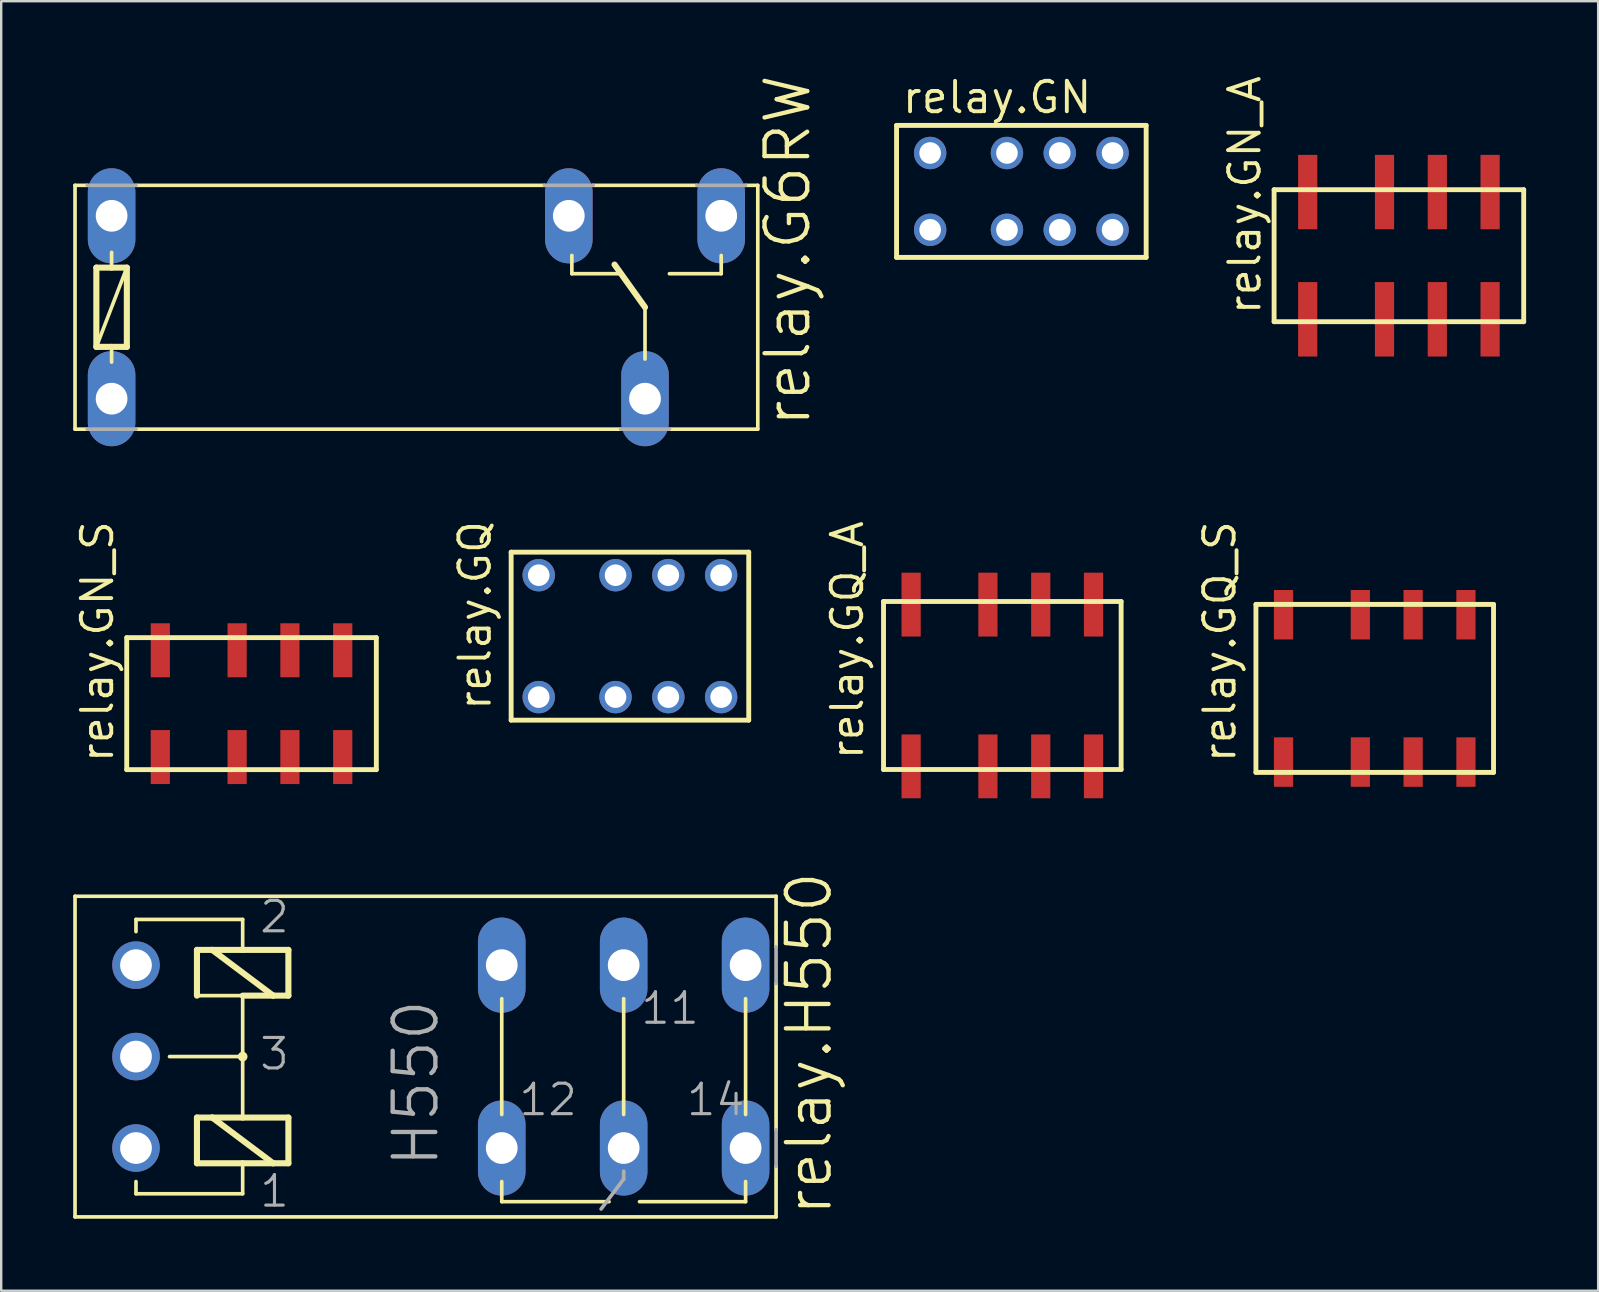
<source format=kicad_pcb>
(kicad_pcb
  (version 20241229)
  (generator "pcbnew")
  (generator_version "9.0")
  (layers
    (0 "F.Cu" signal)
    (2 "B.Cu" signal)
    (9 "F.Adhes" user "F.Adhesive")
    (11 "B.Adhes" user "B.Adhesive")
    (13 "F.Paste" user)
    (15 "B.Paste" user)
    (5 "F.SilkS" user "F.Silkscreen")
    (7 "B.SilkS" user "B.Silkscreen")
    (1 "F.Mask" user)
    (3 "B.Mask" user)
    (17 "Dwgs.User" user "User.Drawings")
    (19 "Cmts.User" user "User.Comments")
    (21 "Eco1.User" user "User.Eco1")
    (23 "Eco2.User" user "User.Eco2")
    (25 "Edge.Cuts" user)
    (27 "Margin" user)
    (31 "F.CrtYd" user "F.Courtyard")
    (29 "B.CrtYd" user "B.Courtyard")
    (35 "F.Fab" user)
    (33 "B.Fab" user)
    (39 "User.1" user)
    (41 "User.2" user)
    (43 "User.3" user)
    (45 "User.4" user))
  (footprint "relay.G6RW"
    (layer "F.Cu")
    (at 14.3 9.752)
    (property "Reference" "relay.G6RW" (at 16.51 5.08 90) (layer "F.SilkS") (effects (font (size 1.778 1.778) (thickness 0.18)) (justify left bottom)))
    (attr through_hole)
    (fp_line (start -14.224 -5.08) (end -13.716 -5.08) (stroke (width 0.152) (type default)) (layer "F.SilkS"))
    (fp_line (start -14.224 5.08) (end -14.224 -5.08) (stroke (width 0.152) (type default)) (layer "F.SilkS"))
    (fp_line (start -13.716 5.08) (end -14.224 5.08) (stroke (width 0.152) (type default)) (layer "F.SilkS"))
    (fp_line (start -13.335 -1.651) (end -13.335 1.651) (stroke (width 0.254) (type default)) (layer "F.SilkS"))
    (fp_line (start -13.335 1.651) (end -12.7 1.651) (stroke (width 0.254) (type default)) (layer "F.SilkS"))
    (fp_line (start -13.335 1.651) (end -12.065 -1.651) (stroke (width 0.152) (type default)) (layer "F.SilkS"))
    (fp_line (start -12.7 -2.286) (end -12.7 -1.651) (stroke (width 0.152) (type default)) (layer "F.SilkS"))
    (fp_line (start -12.7 -1.651) (end -13.335 -1.651) (stroke (width 0.254) (type default)) (layer "F.SilkS"))
    (fp_line (start -12.7 1.651) (end -12.7 2.286) (stroke (width 0.152) (type default)) (layer "F.SilkS"))
    (fp_line (start -12.7 1.651) (end -12.065 1.651) (stroke (width 0.254) (type default)) (layer "F.SilkS"))
    (fp_line (start -12.065 -1.651) (end -12.7 -1.651) (stroke (width 0.254) (type default)) (layer "F.SilkS"))
    (fp_line (start -12.065 1.651) (end -12.065 -1.651) (stroke (width 0.254) (type default)) (layer "F.SilkS"))
    (fp_line (start -11.684 5.08) (end 8.509 5.08) (stroke (width 0.152) (type default)) (layer "F.SilkS"))
    (fp_line (start 5.334 -5.08) (end -11.684 -5.08) (stroke (width 0.152) (type default)) (layer "F.SilkS"))
    (fp_line (start 6.477 -2.159) (end 6.477 -1.397) (stroke (width 0.152) (type default)) (layer "F.SilkS"))
    (fp_line (start 6.477 -1.397) (end 8.509 -1.397) (stroke (width 0.152) (type default)) (layer "F.SilkS"))
    (fp_line (start 7.366 -5.08) (end 11.684 -5.08) (stroke (width 0.152) (type default)) (layer "F.SilkS"))
    (fp_line (start 9.525 0) (end 8.255 -1.778) (stroke (width 0.254) (type default)) (layer "F.SilkS"))
    (fp_line (start 9.525 2.159) (end 9.525 0) (stroke (width 0.152) (type default)) (layer "F.SilkS"))
    (fp_line (start 10.541 5.08) (end 14.224 5.08) (stroke (width 0.152) (type default)) (layer "F.SilkS"))
    (fp_line (start 12.7 -2.159) (end 12.7 -1.397) (stroke (width 0.152) (type default)) (layer "F.SilkS"))
    (fp_line (start 12.7 -1.397) (end 10.541 -1.397) (stroke (width 0.152) (type default)) (layer "F.SilkS"))
    (fp_line (start 13.716 -5.08) (end 14.224 -5.08) (stroke (width 0.152) (type default)) (layer "F.SilkS"))
    (fp_line (start 14.224 -5.08) (end 14.224 5.08) (stroke (width 0.152) (type default)) (layer "F.SilkS"))
    (fp_line (start -11.684 -5.08) (end -13.716 -5.08) (stroke (width 0.152) (type default)) (layer "F.Fab"))
    (fp_line (start -11.684 5.08) (end -13.716 5.08) (stroke (width 0.152) (type default)) (layer "F.Fab"))
    (fp_line (start 7.366 -5.08) (end 5.334 -5.08) (stroke (width 0.152) (type default)) (layer "F.Fab"))
    (fp_line (start 10.541 5.08) (end 8.509 5.08) (stroke (width 0.152) (type default)) (layer "F.Fab"))
    (fp_line (start 13.716 -5.08) (end 11.684 -5.08) (stroke (width 0.152) (type default)) (layer "F.Fab"))
    (pad "1" thru_hole oval (at -12.7 3.81 90) (size 3.962 1.981) (drill 1.321) (layers "*.Cu" "*.Mask"))
    (pad "2" thru_hole oval (at -12.7 -3.81 90) (size 3.962 1.981) (drill 1.321) (layers "*.Cu" "*.Mask"))
    (pad "O" thru_hole oval (at 6.35 -3.81 90) (size 3.962 1.981) (drill 1.321) (layers "*.Cu" "*.Mask"))
    (pad "P" thru_hole oval (at 9.525 3.81 90) (size 3.962 1.981) (drill 1.321) (layers "*.Cu" "*.Mask"))
    (pad "S" thru_hole oval (at 12.7 -3.81 90) (size 3.962 1.981) (drill 1.321) (layers "*.Cu" "*.Mask")))
  (footprint "relay.GQ"
    (layer "F.Cu")
    (at 23.197 23.456)
    (property "Reference" "relay.GQ" (at -5.715 3.175 90) (layer "F.SilkS") (effects (font (size 1.27 1.27) (thickness 0.16)) (justify left bottom)))
    (attr through_hole)
    (fp_line (start -4.95 -3.5) (end 4.95 -3.5) (stroke (width 0.203) (type default)) (layer "F.SilkS"))
    (fp_line (start -4.95 3.5) (end -4.95 -3.5) (stroke (width 0.203) (type default)) (layer "F.SilkS"))
    (fp_line (start 4.95 -3.5) (end 4.95 3.5) (stroke (width 0.203) (type default)) (layer "F.SilkS"))
    (fp_line (start 4.95 3.5) (end -4.95 3.5) (stroke (width 0.203) (type default)) (layer "F.SilkS"))
    (pad "1" thru_hole circle (at -3.8 2.54) (size 1.35 1.35) (drill 0.9) (layers "*.Cu" "*.Mask"))
    (pad "2" thru_hole circle (at -0.6 2.54) (size 1.35 1.35) (drill 0.9) (layers "*.Cu" "*.Mask"))
    (pad "3" thru_hole circle (at 1.6 2.54) (size 1.35 1.35) (drill 0.9) (layers "*.Cu" "*.Mask"))
    (pad "4" thru_hole circle (at 3.8 2.54) (size 1.35 1.35) (drill 0.9) (layers "*.Cu" "*.Mask"))
    (pad "5" thru_hole circle (at 3.8 -2.54) (size 1.35 1.35) (drill 0.9) (layers "*.Cu" "*.Mask"))
    (pad "6" thru_hole circle (at 1.6 -2.54) (size 1.35 1.35) (drill 0.9) (layers "*.Cu" "*.Mask"))
    (pad "7" thru_hole circle (at -0.6 -2.54) (size 1.35 1.35) (drill 0.9) (layers "*.Cu" "*.Mask"))
    (pad "8" thru_hole circle (at -3.8 -2.54) (size 1.35 1.35) (drill 0.9) (layers "*.Cu" "*.Mask")))
  (footprint "relay.GN_A"
    (layer "F.Cu")
    (at 55.272 7.604)
    (property "Reference" "relay.GN_A" (at -5.715 2.54 90) (layer "F.SilkS") (effects (font (size 1.27 1.27) (thickness 0.16)) (justify left bottom)))
    (attr smd)
    (fp_line (start -5.235 -2.75) (end 5.165 -2.75) (stroke (width 0.203) (type default)) (layer "F.SilkS"))
    (fp_line (start -5.235 2.75) (end -5.235 -2.75) (stroke (width 0.203) (type default)) (layer "F.SilkS"))
    (fp_line (start 5.165 -2.75) (end 5.165 2.75) (stroke (width 0.203) (type default)) (layer "F.SilkS"))
    (fp_line (start 5.165 2.75) (end -5.235 2.75) (stroke (width 0.203) (type default)) (layer "F.SilkS"))
    (pad "1" smd roundrect (at -3.835 2.65) (size 0.8 3.1) (layers "F.Cu" "F.Mask" "F.Paste") (roundrect_rratio 0.01))
    (pad "2" smd roundrect (at -0.635 2.65) (size 0.8 3.1) (layers "F.Cu" "F.Mask" "F.Paste") (roundrect_rratio 0.01))
    (pad "3" smd roundrect (at 1.565 2.65) (size 0.8 3.1) (layers "F.Cu" "F.Mask" "F.Paste") (roundrect_rratio 0.01))
    (pad "4" smd roundrect (at 3.765 2.65) (size 0.8 3.1) (layers "F.Cu" "F.Mask" "F.Paste") (roundrect_rratio 0.01))
    (pad "5" smd roundrect (at 3.765 -2.65) (size 0.8 3.1) (layers "F.Cu" "F.Mask" "F.Paste") (roundrect_rratio 0.01))
    (pad "6" smd roundrect (at 1.565 -2.65) (size 0.8 3.1) (layers "F.Cu" "F.Mask" "F.Paste") (roundrect_rratio 0.01))
    (pad "7" smd roundrect (at -0.635 -2.65) (size 0.8 3.1) (layers "F.Cu" "F.Mask" "F.Paste") (roundrect_rratio 0.01))
    (pad "8" smd roundrect (at -3.835 -2.65) (size 0.8 3.1) (layers "F.Cu" "F.Mask" "F.Paste") (roundrect_rratio 0.01)))
  (footprint "relay.GQ_A"
    (layer "F.Cu")
    (at 38.713 25.512)
    (property "Reference" "relay.GQ_A" (at -5.715 3.175 90) (layer "F.SilkS") (effects (font (size 1.27 1.27) (thickness 0.16)) (justify left bottom)))
    (attr smd)
    (fp_line (start -4.95 -3.5) (end 4.95 -3.5) (stroke (width 0.203) (type default)) (layer "F.SilkS"))
    (fp_line (start -4.95 3.5) (end -4.95 -3.5) (stroke (width 0.203) (type default)) (layer "F.SilkS"))
    (fp_line (start 4.95 -3.5) (end 4.95 3.5) (stroke (width 0.203) (type default)) (layer "F.SilkS"))
    (fp_line (start 4.95 3.5) (end -4.95 3.5) (stroke (width 0.203) (type default)) (layer "F.SilkS"))
    (pad "1" smd roundrect (at -3.8 3.37) (size 0.8 2.66) (layers "F.Cu" "F.Mask" "F.Paste") (roundrect_rratio 0.01))
    (pad "2" smd roundrect (at -0.6 3.37) (size 0.8 2.66) (layers "F.Cu" "F.Mask" "F.Paste") (roundrect_rratio 0.01))
    (pad "3" smd roundrect (at 1.6 3.37) (size 0.8 2.66) (layers "F.Cu" "F.Mask" "F.Paste") (roundrect_rratio 0.01))
    (pad "4" smd roundrect (at 3.8 3.37) (size 0.8 2.66) (layers "F.Cu" "F.Mask" "F.Paste") (roundrect_rratio 0.01))
    (pad "5" smd roundrect (at 3.8 -3.37) (size 0.8 2.66) (layers "F.Cu" "F.Mask" "F.Paste") (roundrect_rratio 0.01))
    (pad "6" smd roundrect (at 1.6 -3.37) (size 0.8 2.66) (layers "F.Cu" "F.Mask" "F.Paste") (roundrect_rratio 0.01))
    (pad "7" smd roundrect (at -0.6 -3.37) (size 0.8 2.66) (layers "F.Cu" "F.Mask" "F.Paste") (roundrect_rratio 0.01))
    (pad "8" smd roundrect (at -3.8 -3.37) (size 0.8 2.66) (layers "F.Cu" "F.Mask" "F.Paste") (roundrect_rratio 0.01)))
  (footprint "relay.GN"
    (layer "F.Cu")
    (at 39.541 4.925)
    (property "Reference" "relay.GN" (at -5.08 -3.175 0) (layer "F.SilkS") (effects (font (size 1.27 1.27) (thickness 0.16)) (justify left bottom)))
    (attr through_hole)
    (fp_line (start -5.235 -2.75) (end 5.165 -2.75) (stroke (width 0.203) (type default)) (layer "F.SilkS"))
    (fp_line (start -5.235 2.75) (end -5.235 -2.75) (stroke (width 0.203) (type default)) (layer "F.SilkS"))
    (fp_line (start 5.165 -2.75) (end 5.165 2.75) (stroke (width 0.203) (type default)) (layer "F.SilkS"))
    (fp_line (start 5.165 2.75) (end -5.235 2.75) (stroke (width 0.203) (type default)) (layer "F.SilkS"))
    (pad "1" thru_hole circle (at -3.835 1.6) (size 1.35 1.35) (drill 0.9) (layers "*.Cu" "*.Mask"))
    (pad "2" thru_hole circle (at -0.635 1.6) (size 1.35 1.35) (drill 0.9) (layers "*.Cu" "*.Mask"))
    (pad "3" thru_hole circle (at 1.565 1.6) (size 1.35 1.35) (drill 0.9) (layers "*.Cu" "*.Mask"))
    (pad "4" thru_hole circle (at 3.765 1.6) (size 1.35 1.35) (drill 0.9) (layers "*.Cu" "*.Mask"))
    (pad "5" thru_hole circle (at 3.765 -1.6) (size 1.35 1.35) (drill 0.9) (layers "*.Cu" "*.Mask"))
    (pad "6" thru_hole circle (at 1.565 -1.6) (size 1.35 1.35) (drill 0.9) (layers "*.Cu" "*.Mask"))
    (pad "7" thru_hole circle (at -0.635 -1.6) (size 1.35 1.35) (drill 0.9) (layers "*.Cu" "*.Mask"))
    (pad "8" thru_hole circle (at -3.835 -1.6) (size 1.35 1.35) (drill 0.9) (layers "*.Cu" "*.Mask")))
  (footprint "relay.GN_S"
    (layer "F.Cu")
    (at 7.465 26.268)
    (property "Reference" "relay.GN_S" (at -5.715 2.54 90) (layer "F.SilkS") (effects (font (size 1.27 1.27) (thickness 0.16)) (justify left bottom)))
    (attr smd)
    (fp_line (start -5.235 -2.75) (end 5.165 -2.75) (stroke (width 0.203) (type default)) (layer "F.SilkS"))
    (fp_line (start -5.235 2.75) (end -5.235 -2.75) (stroke (width 0.203) (type default)) (layer "F.SilkS"))
    (fp_line (start 5.165 -2.75) (end 5.165 2.75) (stroke (width 0.203) (type default)) (layer "F.SilkS"))
    (fp_line (start 5.165 2.75) (end -5.235 2.75) (stroke (width 0.203) (type default)) (layer "F.SilkS"))
    (pad "1" smd roundrect (at -3.835 2.225) (size 0.8 2.25) (layers "F.Cu" "F.Mask" "F.Paste") (roundrect_rratio 0.01))
    (pad "2" smd roundrect (at -0.635 2.225) (size 0.8 2.25) (layers "F.Cu" "F.Mask" "F.Paste") (roundrect_rratio 0.01))
    (pad "3" smd roundrect (at 1.565 2.225) (size 0.8 2.25) (layers "F.Cu" "F.Mask" "F.Paste") (roundrect_rratio 0.01))
    (pad "4" smd roundrect (at 3.765 2.225) (size 0.8 2.25) (layers "F.Cu" "F.Mask" "F.Paste") (roundrect_rratio 0.01))
    (pad "5" smd roundrect (at 3.765 -2.225) (size 0.8 2.25) (layers "F.Cu" "F.Mask" "F.Paste") (roundrect_rratio 0.01))
    (pad "6" smd roundrect (at 1.565 -2.225) (size 0.8 2.25) (layers "F.Cu" "F.Mask" "F.Paste") (roundrect_rratio 0.01))
    (pad "7" smd roundrect (at -0.635 -2.225) (size 0.8 2.25) (layers "F.Cu" "F.Mask" "F.Paste") (roundrect_rratio 0.01))
    (pad "8" smd roundrect (at -3.835 -2.225) (size 0.8 2.25) (layers "F.Cu" "F.Mask" "F.Paste") (roundrect_rratio 0.01)))
  (footprint "relay.GQ_S"
    (layer "F.Cu")
    (at 54.23 25.633)
    (property "Reference" "relay.GQ_S" (at -5.715 3.175 90) (layer "F.SilkS") (effects (font (size 1.27 1.27) (thickness 0.16)) (justify left bottom)))
    (attr smd)
    (fp_line (start -4.95 -3.5) (end 4.95 -3.5) (stroke (width 0.203) (type default)) (layer "F.SilkS"))
    (fp_line (start -4.95 3.5) (end -4.95 -3.5) (stroke (width 0.203) (type default)) (layer "F.SilkS"))
    (fp_line (start 4.95 -3.5) (end 4.95 3.5) (stroke (width 0.203) (type default)) (layer "F.SilkS"))
    (fp_line (start 4.95 3.5) (end -4.95 3.5) (stroke (width 0.203) (type default)) (layer "F.SilkS"))
    (pad "1" smd roundrect (at -3.8 3.07) (size 0.8 2.06) (layers "F.Cu" "F.Mask" "F.Paste") (roundrect_rratio 0.01))
    (pad "2" smd roundrect (at -0.6 3.07) (size 0.8 2.06) (layers "F.Cu" "F.Mask" "F.Paste") (roundrect_rratio 0.01))
    (pad "3" smd roundrect (at 1.6 3.07) (size 0.8 2.06) (layers "F.Cu" "F.Mask" "F.Paste") (roundrect_rratio 0.01))
    (pad "4" smd roundrect (at 3.8 3.07) (size 0.8 2.06) (layers "F.Cu" "F.Mask" "F.Paste") (roundrect_rratio 0.01))
    (pad "5" smd roundrect (at 3.8 -3.07) (size 0.8 2.06) (layers "F.Cu" "F.Mask" "F.Paste") (roundrect_rratio 0.01))
    (pad "6" smd roundrect (at 1.6 -3.07) (size 0.8 2.06) (layers "F.Cu" "F.Mask" "F.Paste") (roundrect_rratio 0.01))
    (pad "7" smd roundrect (at -0.6 -3.07) (size 0.8 2.06) (layers "F.Cu" "F.Mask" "F.Paste") (roundrect_rratio 0.01))
    (pad "8" smd roundrect (at -3.8 -3.07) (size 0.8 2.06) (layers "F.Cu" "F.Mask" "F.Paste") (roundrect_rratio 0.01)))
  (footprint "relay.H550"
    (layer "F.Cu")
    (at 10.236 40.974)
    (property "Reference" "relay.H550" (at 21.463 6.731 90) (layer "F.SilkS") (effects (font (size 1.778 1.778) (thickness 0.18)) (justify left bottom)))
    (attr through_hole)
    (fp_line (start -10.16 -6.68) (end 19.05 -6.68) (stroke (width 0.152) (type default)) (layer "F.SilkS"))
    (fp_line (start -10.16 6.68) (end -10.16 -6.68) (stroke (width 0.152) (type default)) (layer "F.SilkS"))
    (fp_line (start -7.62 -5.715) (end -3.175 -5.715) (stroke (width 0.152) (type default)) (layer "F.SilkS"))
    (fp_line (start -7.62 -5.207) (end -7.62 -5.715) (stroke (width 0.152) (type default)) (layer "F.SilkS"))
    (fp_line (start -7.62 5.207) (end -7.62 5.715) (stroke (width 0.152) (type default)) (layer "F.SilkS"))
    (fp_line (start -7.62 5.715) (end -3.175 5.715) (stroke (width 0.152) (type default)) (layer "F.SilkS"))
    (fp_line (start -5.08 -4.445) (end -5.08 -2.54) (stroke (width 0.254) (type default)) (layer "F.SilkS"))
    (fp_line (start -5.08 -2.54) (end -3.175 -2.54) (stroke (width 0.152) (type default)) (layer "F.SilkS"))
    (fp_line (start -5.08 2.54) (end -5.08 4.445) (stroke (width 0.254) (type default)) (layer "F.SilkS"))
    (fp_line (start -5.08 2.54) (end -4.445 2.54) (stroke (width 0.254) (type default)) (layer "F.SilkS"))
    (fp_line (start -4.445 -4.445) (end -5.08 -4.445) (stroke (width 0.254) (type default)) (layer "F.SilkS"))
    (fp_line (start -4.445 -4.445) (end -1.905 -2.54) (stroke (width 0.254) (type default)) (layer "F.SilkS"))
    (fp_line (start -4.445 2.54) (end -3.175 2.54) (stroke (width 0.254) (type default)) (layer "F.SilkS"))
    (fp_line (start -4.445 2.54) (end -1.905 4.445) (stroke (width 0.254) (type default)) (layer "F.SilkS"))
    (fp_line (start -3.175 -5.715) (end -3.175 -4.445) (stroke (width 0.152) (type default)) (layer "F.SilkS"))
    (fp_line (start -3.175 -4.445) (end -4.445 -4.445) (stroke (width 0.254) (type default)) (layer "F.SilkS"))
    (fp_line (start -3.175 -2.54) (end -3.175 0) (stroke (width 0.152) (type default)) (layer "F.SilkS"))
    (fp_line (start -3.175 -2.54) (end -1.905 -2.54) (stroke (width 0.254) (type default)) (layer "F.SilkS"))
    (fp_line (start -3.175 0) (end -6.223 0) (stroke (width 0.152) (type default)) (layer "F.SilkS"))
    (fp_line (start -3.175 0) (end -3.175 2.54) (stroke (width 0.152) (type default)) (layer "F.SilkS"))
    (fp_line (start -3.175 2.54) (end -1.27 2.54) (stroke (width 0.254) (type default)) (layer "F.SilkS"))
    (fp_line (start -3.175 4.445) (end -5.08 4.445) (stroke (width 0.254) (type default)) (layer "F.SilkS"))
    (fp_line (start -3.175 5.715) (end -3.175 4.445) (stroke (width 0.152) (type default)) (layer "F.SilkS"))
    (fp_line (start -1.905 -2.54) (end -1.27 -2.54) (stroke (width 0.254) (type default)) (layer "F.SilkS"))
    (fp_line (start -1.905 4.445) (end -3.175 4.445) (stroke (width 0.254) (type default)) (layer "F.SilkS"))
    (fp_line (start -1.27 -4.445) (end -3.175 -4.445) (stroke (width 0.254) (type default)) (layer "F.SilkS"))
    (fp_line (start -1.27 -2.54) (end -1.27 -4.445) (stroke (width 0.254) (type default)) (layer "F.SilkS"))
    (fp_line (start -1.27 2.54) (end -1.27 4.445) (stroke (width 0.254) (type default)) (layer "F.SilkS"))
    (fp_line (start -1.27 4.445) (end -1.905 4.445) (stroke (width 0.254) (type default)) (layer "F.SilkS"))
    (fp_line (start 7.62 -2.413) (end 7.62 2.413) (stroke (width 0.152) (type default)) (layer "F.SilkS"))
    (fp_line (start 7.62 6.045) (end 7.62 5.207) (stroke (width 0.152) (type default)) (layer "F.SilkS"))
    (fp_line (start 12.09 6.045) (end 7.62 6.045) (stroke (width 0.152) (type default)) (layer "F.SilkS"))
    (fp_line (start 12.7 -2.413) (end 12.7 2.413) (stroke (width 0.152) (type default)) (layer "F.SilkS"))
    (fp_line (start 17.78 -2.413) (end 17.78 2.413) (stroke (width 0.152) (type default)) (layer "F.SilkS"))
    (fp_line (start 17.78 5.207) (end 17.78 6.045) (stroke (width 0.152) (type default)) (layer "F.SilkS"))
    (fp_line (start 17.78 6.045) (end 13.36 6.045) (stroke (width 0.152) (type default)) (layer "F.SilkS"))
    (fp_line (start 19.05 -6.68) (end 19.05 -4.572) (stroke (width 0.152) (type default)) (layer "F.SilkS"))
    (fp_line (start 19.05 -3.048) (end 19.05 3.048) (stroke (width 0.152) (type default)) (layer "F.SilkS"))
    (fp_line (start 19.05 6.68) (end -10.16 6.68) (stroke (width 0.152) (type default)) (layer "F.SilkS"))
    (fp_line (start 19.05 6.68) (end 19.05 4.572) (stroke (width 0.152) (type default)) (layer "F.SilkS"))
    (fp_circle (center -3.175 0) (end -3.048 0) (stroke (width 0.152) (type default)) (fill no) (layer "F.SilkS"))
    (fp_line (start 12.7 4.775) (end 12.7 5.105) (stroke (width 0.152) (type default)) (layer "F.Fab"))
    (fp_line (start 12.7 5.105) (end 11.76 6.35) (stroke (width 0.152) (type default)) (layer "F.Fab"))
    (fp_line (start 19.05 -3.048) (end 19.05 -4.572) (stroke (width 0.152) (type default)) (layer "F.Fab"))
    (fp_line (start 19.05 3.048) (end 19.05 4.572) (stroke (width 0.152) (type default)) (layer "F.Fab"))
    (fp_text user "1" (at -2.54 6.35 0) (layer "F.Fab") (effects (font (size 1.27 1.27) (thickness 0.13)) (justify left bottom)))
    (fp_text user "12" (at 8.255 2.54 0) (layer "F.Fab") (effects (font (size 1.27 1.27) (thickness 0.13)) (justify left bottom)))
    (fp_text user "11" (at 13.335 -1.27 0) (layer "F.Fab") (effects (font (size 1.27 1.27) (thickness 0.13)) (justify left bottom)))
    (fp_text user "3" (at -2.54 0.635 0) (layer "F.Fab") (effects (font (size 1.27 1.27) (thickness 0.13)) (justify left bottom)))
    (fp_text user "H550" (at 5.08 4.699 90) (layer "F.Fab") (effects (font (size 1.778 1.778) (thickness 0.18)) (justify left bottom)))
    (fp_text user "2" (at -2.54 -5.08 0) (layer "F.Fab") (effects (font (size 1.27 1.27) (thickness 0.13)) (justify left bottom)))
    (fp_text user "14" (at 15.24 2.54 0) (layer "F.Fab") (effects (font (size 1.27 1.27) (thickness 0.13)) (justify left bottom)))
    (pad "1" thru_hole circle (at -7.62 -3.81) (size 1.981 1.981) (drill 1.321) (layers "*.Cu" "*.Mask"))
    (pad "2" thru_hole circle (at -7.62 3.81) (size 1.981 1.981) (drill 1.321) (layers "*.Cu" "*.Mask"))
    (pad "3" thru_hole circle (at -7.62 0) (size 1.981 1.981) (drill 1.321) (layers "*.Cu" "*.Mask"))
    (pad "O0" thru_hole oval (at 7.62 -3.81 90) (size 3.962 1.981) (drill 1.321) (layers "*.Cu" "*.Mask"))
    (pad "O1" thru_hole oval (at 7.62 3.81 90) (size 3.962 1.981) (drill 1.321) (layers "*.Cu" "*.Mask"))
    (pad "P0" thru_hole oval (at 12.7 -3.81 90) (size 3.962 1.981) (drill 1.321) (layers "*.Cu" "*.Mask"))
    (pad "P1" thru_hole oval (at 12.7 3.81 90) (size 3.962 1.981) (drill 1.321) (layers "*.Cu" "*.Mask"))
    (pad "S0" thru_hole oval (at 17.78 -3.81 90) (size 3.962 1.981) (drill 1.321) (layers "*.Cu" "*.Mask"))
    (pad "S1" thru_hole oval (at 17.78 3.81 90) (size 3.962 1.981) (drill 1.321) (layers "*.Cu" "*.Mask")))
  (gr_rect
    (start -3 -3)
    (end 63.539 50.73)
    (stroke (width 0.1) (type default))
    (fill no)
    (layer "Edge.Cuts")))
</source>
